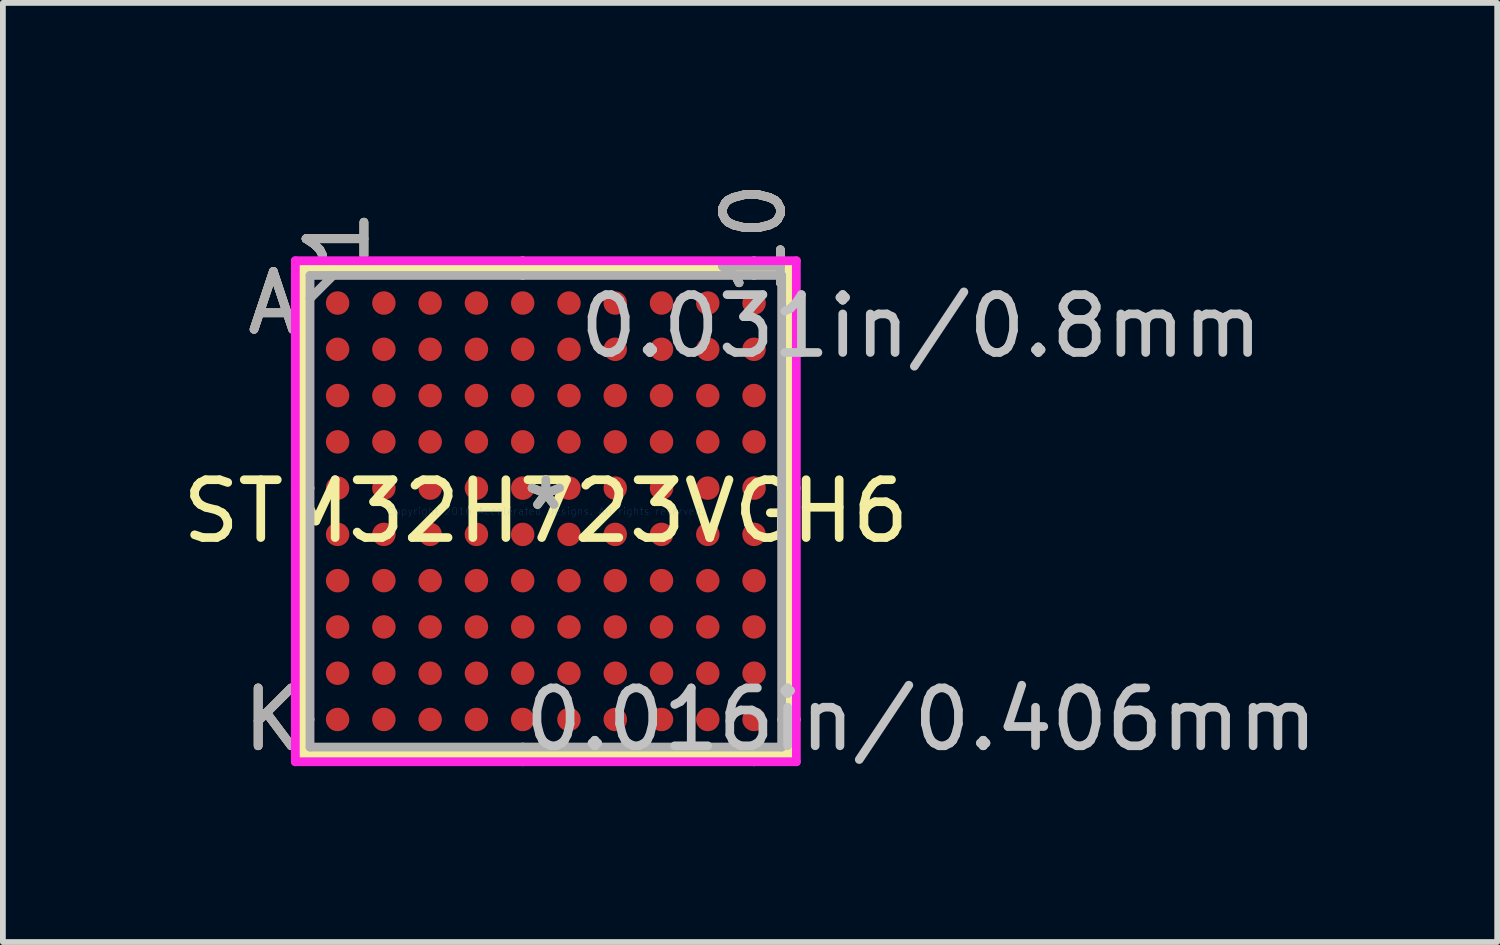
<source format=kicad_pcb>
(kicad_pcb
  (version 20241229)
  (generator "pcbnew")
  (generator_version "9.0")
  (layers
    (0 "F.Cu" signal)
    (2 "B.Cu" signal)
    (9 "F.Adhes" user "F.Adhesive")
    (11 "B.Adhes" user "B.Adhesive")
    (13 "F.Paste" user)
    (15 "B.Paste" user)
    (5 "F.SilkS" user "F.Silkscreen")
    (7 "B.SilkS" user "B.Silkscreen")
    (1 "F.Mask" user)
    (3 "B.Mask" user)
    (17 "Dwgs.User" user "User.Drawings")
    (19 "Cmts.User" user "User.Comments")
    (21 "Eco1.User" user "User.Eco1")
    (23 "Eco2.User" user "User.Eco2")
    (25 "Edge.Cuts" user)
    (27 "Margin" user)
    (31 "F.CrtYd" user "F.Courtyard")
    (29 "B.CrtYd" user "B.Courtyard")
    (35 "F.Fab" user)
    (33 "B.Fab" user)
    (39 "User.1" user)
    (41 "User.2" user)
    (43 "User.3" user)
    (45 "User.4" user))
  (footprint "STM32H723VGH6"
    (layer "F.Cu")
    (at 6.387 5.789)
    (property "Reference" "STM32H723VGH6" (at 0 0 0) (layer "F.SilkS") (effects (font (size 1 1) (thickness 0.15))))
    (attr through_hole)
    (fp_line (start -4.204 -4.204) (end -4.204 4.204) (stroke (width 0.152) (type solid)) (layer "F.SilkS"))
    (fp_line (start -4.204 4.204) (end 4.204 4.204) (stroke (width 0.152) (type solid)) (layer "F.SilkS"))
    (fp_line (start -4.077 -0.4) (end -4.331 -0.4) (stroke (width 0.152) (type solid)) (layer "F.SilkS"))
    (fp_line (start -4.077 3.6) (end -4.331 3.6) (stroke (width 0.152) (type solid)) (layer "F.SilkS"))
    (fp_line (start -0.4 -4.077) (end -0.4 -4.331) (stroke (width 0.152) (type solid)) (layer "F.SilkS"))
    (fp_line (start -0.4 4.077) (end -0.4 4.331) (stroke (width 0.152) (type solid)) (layer "F.SilkS"))
    (fp_line (start 3.6 -4.077) (end 3.6 -4.331) (stroke (width 0.152) (type solid)) (layer "F.SilkS"))
    (fp_line (start 3.6 4.077) (end 3.6 4.331) (stroke (width 0.152) (type solid)) (layer "F.SilkS"))
    (fp_line (start 4.077 -0.4) (end 4.331 -0.4) (stroke (width 0.152) (type solid)) (layer "F.SilkS"))
    (fp_line (start 4.077 3.6) (end 4.331 3.6) (stroke (width 0.152) (type solid)) (layer "F.SilkS"))
    (fp_line (start 4.204 -4.204) (end -4.204 -4.204) (stroke (width 0.152) (type solid)) (layer "F.SilkS"))
    (fp_line (start 4.204 4.204) (end 4.204 -4.204) (stroke (width 0.152) (type solid)) (layer "F.SilkS"))
    (fp_line (start -4.331 -4.331) (end 4.331 -4.331) (stroke (width 0.152) (type solid)) (layer "F.CrtYd"))
    (fp_line (start -4.331 4.331) (end -4.331 -4.331) (stroke (width 0.152) (type solid)) (layer "F.CrtYd"))
    (fp_line (start 4.331 -4.331) (end 4.331 4.331) (stroke (width 0.152) (type solid)) (layer "F.CrtYd"))
    (fp_line (start 4.331 4.331) (end -4.331 4.331) (stroke (width 0.152) (type solid)) (layer "F.CrtYd"))
    (fp_line (start -4.077 -4.077) (end -4.077 4.077) (stroke (width 0.152) (type solid)) (layer "F.Fab"))
    (fp_line (start -4.077 4.077) (end 4.077 4.077) (stroke (width 0.152) (type solid)) (layer "F.Fab"))
    (fp_line (start -3.677 -4.077) (end -4.077 -3.677) (stroke (width 0.152) (type solid)) (layer "F.Fab"))
    (fp_line (start 4.077 -4.077) (end -4.077 -4.077) (stroke (width 0.152) (type solid)) (layer "F.Fab"))
    (fp_line (start 4.077 4.077) (end 4.077 -4.077) (stroke (width 0.152) (type solid)) (layer "F.Fab"))
    (fp_text user "A" (at -4.712 -3.6 0) (layer "F.SilkS") (effects (font (size 1 1) (thickness 0.15))))
    (fp_text user "K" (at -4.712 3.6 0) (layer "F.SilkS") (effects (font (size 1 1) (thickness 0.15))))
    (fp_text user "*" (at 0 0 0) (layer "F.SilkS") (effects (font (size 1 1) (thickness 0.15))))
    (fp_text user "1" (at -3.6 -4.712 90) (layer "F.SilkS") (effects (font (size 1 1) (thickness 0.15))))
    (fp_text user "10" (at 3.6 -4.712 90) (layer "F.SilkS") (effects (font (size 1 1) (thickness 0.15))))
    (fp_text user "1" (at -3.6 -4.712 90) (layer "B.SilkS") (effects (font (size 1 1) (thickness 0.15))))
    (fp_text user "10" (at 3.6 -4.712 90) (layer "B.SilkS") (effects (font (size 1 1) (thickness 0.15))))
    (fp_text user "K" (at -4.712 3.6 0) (layer "B.SilkS") (effects (font (size 1 1) (thickness 0.15))))
    (fp_text user "A" (at -4.712 -3.6 0) (layer "B.SilkS") (effects (font (size 1 1) (thickness 0.15))))
    (fp_text user "0.031in/0.8mm" (at 6.49 -3.2 0) (layer "Dwgs.User") (effects (font (size 1 1) (thickness 0.15))))
    (fp_text user "0.016in/0.406mm" (at 6.49 3.6 0) (layer "Dwgs.User") (effects (font (size 1 1) (thickness 0.15))))
    (fp_text user "Copyright 2016 Accelerated Designs. All rights reserved." (at 0 0 0) (layer "Cmts.User") (effects (font (size 0.127 0.127) (thickness 0.002))))
    (fp_text user "A" (at -4.712 -3.6 0) (layer "F.Fab") (effects (font (size 1 1) (thickness 0.15))))
    (fp_text user "1" (at -3.6 -4.712 90) (layer "F.Fab") (effects (font (size 1 1) (thickness 0.15))))
    (fp_text user "K" (at -4.712 3.6 0) (layer "F.Fab") (effects (font (size 1 1) (thickness 0.15))))
    (fp_text user "10" (at 3.6 -4.712 90) (layer "F.Fab") (effects (font (size 1 1) (thickness 0.15))))
    (fp_text user "*" (at 0 0 0) (layer "F.Fab") (effects (font (size 1 1) (thickness 0.15))))
    (pad "A1" smd circle (at -3.6 -3.6) (size 0.406 0.406) (layers "F.Cu" "F.Mask" "F.Paste"))
    (pad "A2" smd circle (at -2.8 -3.6) (size 0.406 0.406) (layers "F.Cu" "F.Mask" "F.Paste"))
    (pad "A3" smd circle (at -2 -3.6) (size 0.406 0.406) (layers "F.Cu" "F.Mask" "F.Paste"))
    (pad "A4" smd circle (at -1.2 -3.6) (size 0.406 0.406) (layers "F.Cu" "F.Mask" "F.Paste"))
    (pad "A5" smd circle (at -0.4 -3.6) (size 0.406 0.406) (layers "F.Cu" "F.Mask" "F.Paste"))
    (pad "A6" smd circle (at 0.4 -3.6) (size 0.406 0.406) (layers "F.Cu" "F.Mask" "F.Paste"))
    (pad "A7" smd circle (at 1.2 -3.6) (size 0.406 0.406) (layers "F.Cu" "F.Mask" "F.Paste"))
    (pad "A8" smd circle (at 2 -3.6) (size 0.406 0.406) (layers "F.Cu" "F.Mask" "F.Paste"))
    (pad "A9" smd circle (at 2.8 -3.6) (size 0.406 0.406) (layers "F.Cu" "F.Mask" "F.Paste"))
    (pad "A10" smd circle (at 3.6 -3.6) (size 0.406 0.406) (layers "F.Cu" "F.Mask" "F.Paste"))
    (pad "B1" smd circle (at -3.6 -2.8) (size 0.406 0.406) (layers "F.Cu" "F.Mask" "F.Paste"))
    (pad "B2" smd circle (at -2.8 -2.8) (size 0.406 0.406) (layers "F.Cu" "F.Mask" "F.Paste"))
    (pad "B3" smd circle (at -2 -2.8) (size 0.406 0.406) (layers "F.Cu" "F.Mask" "F.Paste"))
    (pad "B4" smd circle (at -1.2 -2.8) (size 0.406 0.406) (layers "F.Cu" "F.Mask" "F.Paste"))
    (pad "B5" smd circle (at -0.4 -2.8) (size 0.406 0.406) (layers "F.Cu" "F.Mask" "F.Paste"))
    (pad "B6" smd circle (at 0.4 -2.8) (size 0.406 0.406) (layers "F.Cu" "F.Mask" "F.Paste"))
    (pad "B7" smd circle (at 1.2 -2.8) (size 0.406 0.406) (layers "F.Cu" "F.Mask" "F.Paste"))
    (pad "B8" smd circle (at 2 -2.8) (size 0.406 0.406) (layers "F.Cu" "F.Mask" "F.Paste"))
    (pad "B9" smd circle (at 2.8 -2.8) (size 0.406 0.406) (layers "F.Cu" "F.Mask" "F.Paste"))
    (pad "B10" smd circle (at 3.6 -2.8) (size 0.406 0.406) (layers "F.Cu" "F.Mask" "F.Paste"))
    (pad "C1" smd circle (at -3.6 -2) (size 0.406 0.406) (layers "F.Cu" "F.Mask" "F.Paste"))
    (pad "C2" smd circle (at -2.8 -2) (size 0.406 0.406) (layers "F.Cu" "F.Mask" "F.Paste"))
    (pad "C3" smd circle (at -2 -2) (size 0.406 0.406) (layers "F.Cu" "F.Mask" "F.Paste"))
    (pad "C4" smd circle (at -1.2 -2) (size 0.406 0.406) (layers "F.Cu" "F.Mask" "F.Paste"))
    (pad "C5" smd circle (at -0.4 -2) (size 0.406 0.406) (layers "F.Cu" "F.Mask" "F.Paste"))
    (pad "C6" smd circle (at 0.4 -2) (size 0.406 0.406) (layers "F.Cu" "F.Mask" "F.Paste"))
    (pad "C7" smd circle (at 1.2 -2) (size 0.406 0.406) (layers "F.Cu" "F.Mask" "F.Paste"))
    (pad "C8" smd circle (at 2 -2) (size 0.406 0.406) (layers "F.Cu" "F.Mask" "F.Paste"))
    (pad "C9" smd circle (at 2.8 -2) (size 0.406 0.406) (layers "F.Cu" "F.Mask" "F.Paste"))
    (pad "C10" smd circle (at 3.6 -2) (size 0.406 0.406) (layers "F.Cu" "F.Mask" "F.Paste"))
    (pad "D1" smd circle (at -3.6 -1.2) (size 0.406 0.406) (layers "F.Cu" "F.Mask" "F.Paste"))
    (pad "D2" smd circle (at -2.8 -1.2) (size 0.406 0.406) (layers "F.Cu" "F.Mask" "F.Paste"))
    (pad "D3" smd circle (at -2 -1.2) (size 0.406 0.406) (layers "F.Cu" "F.Mask" "F.Paste"))
    (pad "D4" smd circle (at -1.2 -1.2) (size 0.406 0.406) (layers "F.Cu" "F.Mask" "F.Paste"))
    (pad "D5" smd circle (at -0.4 -1.2) (size 0.406 0.406) (layers "F.Cu" "F.Mask" "F.Paste"))
    (pad "D6" smd circle (at 0.4 -1.2) (size 0.406 0.406) (layers "F.Cu" "F.Mask" "F.Paste"))
    (pad "D7" smd circle (at 1.2 -1.2) (size 0.406 0.406) (layers "F.Cu" "F.Mask" "F.Paste"))
    (pad "D8" smd circle (at 2 -1.2) (size 0.406 0.406) (layers "F.Cu" "F.Mask" "F.Paste"))
    (pad "D9" smd circle (at 2.8 -1.2) (size 0.406 0.406) (layers "F.Cu" "F.Mask" "F.Paste"))
    (pad "D10" smd circle (at 3.6 -1.2) (size 0.406 0.406) (layers "F.Cu" "F.Mask" "F.Paste"))
    (pad "E1" smd circle (at -3.6 -0.4) (size 0.406 0.406) (layers "F.Cu" "F.Mask" "F.Paste"))
    (pad "E2" smd circle (at -2.8 -0.4) (size 0.406 0.406) (layers "F.Cu" "F.Mask" "F.Paste"))
    (pad "E3" smd circle (at -2 -0.4) (size 0.406 0.406) (layers "F.Cu" "F.Mask" "F.Paste"))
    (pad "E4" smd circle (at -1.2 -0.4) (size 0.406 0.406) (layers "F.Cu" "F.Mask" "F.Paste"))
    (pad "E5" smd circle (at -0.4 -0.4) (size 0.406 0.406) (layers "F.Cu" "F.Mask" "F.Paste"))
    (pad "E6" smd circle (at 0.4 -0.4) (size 0.406 0.406) (layers "F.Cu" "F.Mask" "F.Paste"))
    (pad "E7" smd circle (at 1.2 -0.4) (size 0.406 0.406) (layers "F.Cu" "F.Mask" "F.Paste"))
    (pad "E8" smd circle (at 2 -0.4) (size 0.406 0.406) (layers "F.Cu" "F.Mask" "F.Paste"))
    (pad "E9" smd circle (at 2.8 -0.4) (size 0.406 0.406) (layers "F.Cu" "F.Mask" "F.Paste"))
    (pad "E10" smd circle (at 3.6 -0.4) (size 0.406 0.406) (layers "F.Cu" "F.Mask" "F.Paste"))
    (pad "F1" smd circle (at -3.6 0.4) (size 0.406 0.406) (layers "F.Cu" "F.Mask" "F.Paste"))
    (pad "F2" smd circle (at -2.8 0.4) (size 0.406 0.406) (layers "F.Cu" "F.Mask" "F.Paste"))
    (pad "F3" smd circle (at -2 0.4) (size 0.406 0.406) (layers "F.Cu" "F.Mask" "F.Paste"))
    (pad "F4" smd circle (at -1.2 0.4) (size 0.406 0.406) (layers "F.Cu" "F.Mask" "F.Paste"))
    (pad "F5" smd circle (at -0.4 0.4) (size 0.406 0.406) (layers "F.Cu" "F.Mask" "F.Paste"))
    (pad "F6" smd circle (at 0.4 0.4) (size 0.406 0.406) (layers "F.Cu" "F.Mask" "F.Paste"))
    (pad "F7" smd circle (at 1.2 0.4) (size 0.406 0.406) (layers "F.Cu" "F.Mask" "F.Paste"))
    (pad "F8" smd circle (at 2 0.4) (size 0.406 0.406) (layers "F.Cu" "F.Mask" "F.Paste"))
    (pad "F9" smd circle (at 2.8 0.4) (size 0.406 0.406) (layers "F.Cu" "F.Mask" "F.Paste"))
    (pad "F10" smd circle (at 3.6 0.4) (size 0.406 0.406) (layers "F.Cu" "F.Mask" "F.Paste"))
    (pad "G1" smd circle (at -3.6 1.2) (size 0.406 0.406) (layers "F.Cu" "F.Mask" "F.Paste"))
    (pad "G2" smd circle (at -2.8 1.2) (size 0.406 0.406) (layers "F.Cu" "F.Mask" "F.Paste"))
    (pad "G3" smd circle (at -2 1.2) (size 0.406 0.406) (layers "F.Cu" "F.Mask" "F.Paste"))
    (pad "G4" smd circle (at -1.2 1.2) (size 0.406 0.406) (layers "F.Cu" "F.Mask" "F.Paste"))
    (pad "G5" smd circle (at -0.4 1.2) (size 0.406 0.406) (layers "F.Cu" "F.Mask" "F.Paste"))
    (pad "G6" smd circle (at 0.4 1.2) (size 0.406 0.406) (layers "F.Cu" "F.Mask" "F.Paste"))
    (pad "G7" smd circle (at 1.2 1.2) (size 0.406 0.406) (layers "F.Cu" "F.Mask" "F.Paste"))
    (pad "G8" smd circle (at 2 1.2) (size 0.406 0.406) (layers "F.Cu" "F.Mask" "F.Paste"))
    (pad "G9" smd circle (at 2.8 1.2) (size 0.406 0.406) (layers "F.Cu" "F.Mask" "F.Paste"))
    (pad "G10" smd circle (at 3.6 1.2) (size 0.406 0.406) (layers "F.Cu" "F.Mask" "F.Paste"))
    (pad "H1" smd circle (at -3.6 2) (size 0.406 0.406) (layers "F.Cu" "F.Mask" "F.Paste"))
    (pad "H2" smd circle (at -2.8 2) (size 0.406 0.406) (layers "F.Cu" "F.Mask" "F.Paste"))
    (pad "H3" smd circle (at -2 2) (size 0.406 0.406) (layers "F.Cu" "F.Mask" "F.Paste"))
    (pad "H4" smd circle (at -1.2 2) (size 0.406 0.406) (layers "F.Cu" "F.Mask" "F.Paste"))
    (pad "H5" smd circle (at -0.4 2) (size 0.406 0.406) (layers "F.Cu" "F.Mask" "F.Paste"))
    (pad "H6" smd circle (at 0.4 2) (size 0.406 0.406) (layers "F.Cu" "F.Mask" "F.Paste"))
    (pad "H7" smd circle (at 1.2 2) (size 0.406 0.406) (layers "F.Cu" "F.Mask" "F.Paste"))
    (pad "H8" smd circle (at 2 2) (size 0.406 0.406) (layers "F.Cu" "F.Mask" "F.Paste"))
    (pad "H9" smd circle (at 2.8 2) (size 0.406 0.406) (layers "F.Cu" "F.Mask" "F.Paste"))
    (pad "H10" smd circle (at 3.6 2) (size 0.406 0.406) (layers "F.Cu" "F.Mask" "F.Paste"))
    (pad "J1" smd circle (at -3.6 2.8) (size 0.406 0.406) (layers "F.Cu" "F.Mask" "F.Paste"))
    (pad "J2" smd circle (at -2.8 2.8) (size 0.406 0.406) (layers "F.Cu" "F.Mask" "F.Paste"))
    (pad "J3" smd circle (at -2 2.8) (size 0.406 0.406) (layers "F.Cu" "F.Mask" "F.Paste"))
    (pad "J4" smd circle (at -1.2 2.8) (size 0.406 0.406) (layers "F.Cu" "F.Mask" "F.Paste"))
    (pad "J5" smd circle (at -0.4 2.8) (size 0.406 0.406) (layers "F.Cu" "F.Mask" "F.Paste"))
    (pad "J6" smd circle (at 0.4 2.8) (size 0.406 0.406) (layers "F.Cu" "F.Mask" "F.Paste"))
    (pad "J7" smd circle (at 1.2 2.8) (size 0.406 0.406) (layers "F.Cu" "F.Mask" "F.Paste"))
    (pad "J8" smd circle (at 2 2.8) (size 0.406 0.406) (layers "F.Cu" "F.Mask" "F.Paste"))
    (pad "J9" smd circle (at 2.8 2.8) (size 0.406 0.406) (layers "F.Cu" "F.Mask" "F.Paste"))
    (pad "J10" smd circle (at 3.6 2.8) (size 0.406 0.406) (layers "F.Cu" "F.Mask" "F.Paste"))
    (pad "K1" smd circle (at -3.6 3.6) (size 0.406 0.406) (layers "F.Cu" "F.Mask" "F.Paste"))
    (pad "K2" smd circle (at -2.8 3.6) (size 0.406 0.406) (layers "F.Cu" "F.Mask" "F.Paste"))
    (pad "K3" smd circle (at -2 3.6) (size 0.406 0.406) (layers "F.Cu" "F.Mask" "F.Paste"))
    (pad "K4" smd circle (at -1.2 3.6) (size 0.406 0.406) (layers "F.Cu" "F.Mask" "F.Paste"))
    (pad "K5" smd circle (at -0.4 3.6) (size 0.406 0.406) (layers "F.Cu" "F.Mask" "F.Paste"))
    (pad "K6" smd circle (at 0.4 3.6) (size 0.406 0.406) (layers "F.Cu" "F.Mask" "F.Paste"))
    (pad "K7" smd circle (at 1.2 3.6) (size 0.406 0.406) (layers "F.Cu" "F.Mask" "F.Paste"))
    (pad "K8" smd circle (at 2 3.6) (size 0.406 0.406) (layers "F.Cu" "F.Mask" "F.Paste"))
    (pad "K9" smd circle (at 2.8 3.6) (size 0.406 0.406) (layers "F.Cu" "F.Mask" "F.Paste"))
    (pad "K10" smd circle (at 3.6 3.6) (size 0.406 0.406) (layers "F.Cu" "F.Mask" "F.Paste")))
  (gr_rect
    (start -3 -3)
    (end 22.835 13.237)
    (stroke (width 0.1) (type default))
    (fill no)
    (layer "Edge.Cuts")))
</source>
